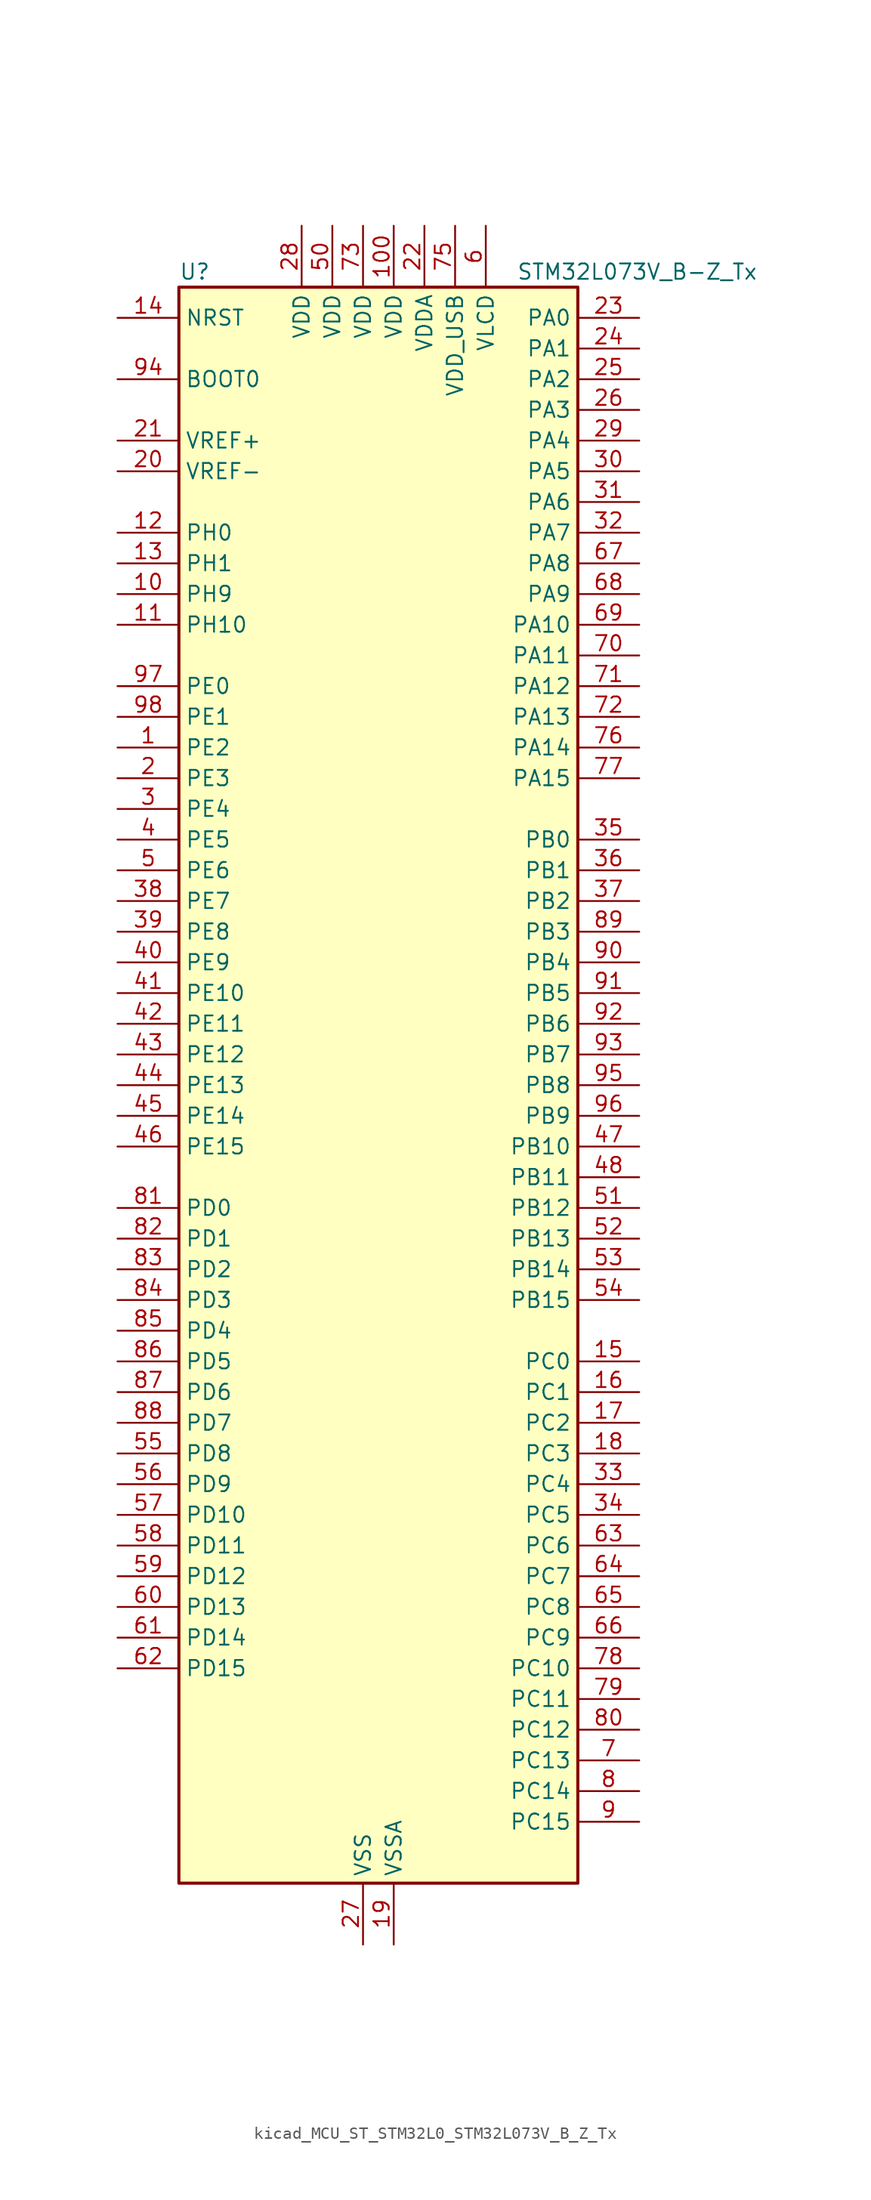
<source format=kicad_sym>
(kicad_symbol_lib
  (version 20220914)
  (generator kicad_symbol_editor)
  (symbol "kicad_MCU_ST_STM32L0_STM32L073V_B_Z_Tx"
    (property "Reference" "U"
      (at -15.24 67.31 0)
      (effects (font (size 1.27 1.27)) (justify left)))
    (property "Value" "STM32L073V_B-Z_Tx"
      (at 12.7 67.31 0)
      (effects (font (size 1.27 1.27)) (justify left)))
    (property "ki_locked" ""
      (at 0 0 0)
      (effects (font (size 1.27 1.27))))
    (symbol "kicad_MCU_ST_STM32L0_STM32L073V_B_Z_Tx_0_1"
      (rectangle (start -15.24 -66.04) (end 17.78 66.04) (stroke (width 0.254) (type default)) (fill (type background))))
    (symbol "kicad_MCU_ST_STM32L0_STM32L073V_B_Z_Tx_1_1"
      (pin bidirectional line (at -20.32 27.94 0) (length 5.08) (name "PE2" (effects (font (size 1.27 1.27)))) (number "1" (effects (font (size 1.27 1.27)))) (alternate "LCD_SEG38" bidirectional line) (alternate "TIM3_ETR" bidirectional line))
      (pin bidirectional line (at -20.32 40.64 0) (length 5.08) (name "PH9" (effects (font (size 1.27 1.27)))) (number "10" (effects (font (size 1.27 1.27)))) (alternate "DAC_EXTI9" bidirectional line))
      (pin power_in line (at 2.54 71.12 270) (length 5.08) (name "VDD" (effects (font (size 1.27 1.27)))) (number "100" (effects (font (size 1.27 1.27)))))
      (pin bidirectional line (at -20.32 38.1 0) (length 5.08) (name "PH10" (effects (font (size 1.27 1.27)))) (number "11" (effects (font (size 1.27 1.27)))))
      (pin bidirectional line (at -20.32 45.72 0) (length 5.08) (name "PH0" (effects (font (size 1.27 1.27)))) (number "12" (effects (font (size 1.27 1.27)))) (alternate "CRS_SYNC" bidirectional line) (alternate "RCC_OSC_IN" bidirectional line))
      (pin bidirectional line (at -20.32 43.18 0) (length 5.08) (name "PH1" (effects (font (size 1.27 1.27)))) (number "13" (effects (font (size 1.27 1.27)))) (alternate "RCC_OSC_OUT" bidirectional line))
      (pin input line (at -20.32 63.5 0) (length 5.08) (name "NRST" (effects (font (size 1.27 1.27)))) (number "14" (effects (font (size 1.27 1.27)))))
      (pin bidirectional line (at 22.86 -22.86 180) (length 5.08) (name "PC0" (effects (font (size 1.27 1.27)))) (number "15" (effects (font (size 1.27 1.27)))) (alternate "ADC_IN10" bidirectional line) (alternate "I2C3_SCL" bidirectional line) (alternate "LCD_SEG18" bidirectional line) (alternate "LPTIM1_IN1" bidirectional line) (alternate "LPUART1_RX" bidirectional line) (alternate "TSC_G7_IO1" bidirectional line))
      (pin bidirectional line (at 22.86 -25.4 180) (length 5.08) (name "PC1" (effects (font (size 1.27 1.27)))) (number "16" (effects (font (size 1.27 1.27)))) (alternate "ADC_IN11" bidirectional line) (alternate "I2C3_SDA" bidirectional line) (alternate "LCD_SEG19" bidirectional line) (alternate "LPTIM1_OUT" bidirectional line) (alternate "LPUART1_TX" bidirectional line) (alternate "TSC_G7_IO2" bidirectional line))
      (pin bidirectional line (at 22.86 -27.94 180) (length 5.08) (name "PC2" (effects (font (size 1.27 1.27)))) (number "17" (effects (font (size 1.27 1.27)))) (alternate "ADC_IN12" bidirectional line) (alternate "I2S2_MCK" bidirectional line) (alternate "LCD_SEG20" bidirectional line) (alternate "LPTIM1_IN2" bidirectional line) (alternate "SPI2_MISO" bidirectional line) (alternate "TSC_G7_IO3" bidirectional line))
      (pin bidirectional line (at 22.86 -30.48 180) (length 5.08) (name "PC3" (effects (font (size 1.27 1.27)))) (number "18" (effects (font (size 1.27 1.27)))) (alternate "ADC_IN13" bidirectional line) (alternate "I2S2_SD" bidirectional line) (alternate "LCD_SEG21" bidirectional line) (alternate "LPTIM1_ETR" bidirectional line) (alternate "SPI2_MOSI" bidirectional line) (alternate "TSC_G7_IO4" bidirectional line))
      (pin power_in line (at 2.54 -71.12 90) (length 5.08) (name "VSSA" (effects (font (size 1.27 1.27)))) (number "19" (effects (font (size 1.27 1.27)))))
      (pin bidirectional line (at -20.32 25.4 0) (length 5.08) (name "PE3" (effects (font (size 1.27 1.27)))) (number "2" (effects (font (size 1.27 1.27)))) (alternate "LCD_SEG39" bidirectional line) (alternate "TIM22_CH1" bidirectional line) (alternate "TIM3_CH1" bidirectional line))
      (pin input line (at -20.32 50.8 0) (length 5.08) (name "VREF-" (effects (font (size 1.27 1.27)))) (number "20" (effects (font (size 1.27 1.27)))))
      (pin input line (at -20.32 53.34 0) (length 5.08) (name "VREF+" (effects (font (size 1.27 1.27)))) (number "21" (effects (font (size 1.27 1.27)))))
      (pin power_in line (at 5.08 71.12 270) (length 5.08) (name "VDDA" (effects (font (size 1.27 1.27)))) (number "22" (effects (font (size 1.27 1.27)))))
      (pin bidirectional line (at 22.86 63.5 180) (length 5.08) (name "PA0" (effects (font (size 1.27 1.27)))) (number "23" (effects (font (size 1.27 1.27)))) (alternate "ADC_IN0" bidirectional line) (alternate "COMP1_INM" bidirectional line) (alternate "COMP1_OUT" bidirectional line) (alternate "RTC_TAMP2" bidirectional line) (alternate "SYS_WKUP1" bidirectional line) (alternate "TIM2_CH1" bidirectional line) (alternate "TIM2_ETR" bidirectional line) (alternate "TSC_G1_IO1" bidirectional line) (alternate "USART2_CTS" bidirectional line) (alternate "USART4_TX" bidirectional line))
      (pin bidirectional line (at 22.86 60.96 180) (length 5.08) (name "PA1" (effects (font (size 1.27 1.27)))) (number "24" (effects (font (size 1.27 1.27)))) (alternate "ADC_IN1" bidirectional line) (alternate "COMP1_INP" bidirectional line) (alternate "LCD_SEG0" bidirectional line) (alternate "TIM21_ETR" bidirectional line) (alternate "TIM2_CH2" bidirectional line) (alternate "TSC_G1_IO2" bidirectional line) (alternate "USART2_DE" bidirectional line) (alternate "USART2_RTS" bidirectional line) (alternate "USART4_RX" bidirectional line))
      (pin bidirectional line (at 22.86 58.42 180) (length 5.08) (name "PA2" (effects (font (size 1.27 1.27)))) (number "25" (effects (font (size 1.27 1.27)))) (alternate "ADC_IN2" bidirectional line) (alternate "COMP2_INM" bidirectional line) (alternate "COMP2_OUT" bidirectional line) (alternate "LCD_SEG1" bidirectional line) (alternate "LPUART1_TX" bidirectional line) (alternate "TIM21_CH1" bidirectional line) (alternate "TIM2_CH3" bidirectional line) (alternate "TSC_G1_IO3" bidirectional line) (alternate "USART2_TX" bidirectional line))
      (pin bidirectional line (at 22.86 55.88 180) (length 5.08) (name "PA3" (effects (font (size 1.27 1.27)))) (number "26" (effects (font (size 1.27 1.27)))) (alternate "ADC_IN3" bidirectional line) (alternate "COMP2_INP" bidirectional line) (alternate "LCD_SEG2" bidirectional line) (alternate "LPUART1_RX" bidirectional line) (alternate "TIM21_CH2" bidirectional line) (alternate "TIM2_CH4" bidirectional line) (alternate "TSC_G1_IO4" bidirectional line) (alternate "USART2_RX" bidirectional line))
      (pin power_in line (at 0 -71.12 90) (length 5.08) (name "VSS" (effects (font (size 1.27 1.27)))) (number "27" (effects (font (size 1.27 1.27)))))
      (pin power_in line (at -5.08 71.12 270) (length 5.08) (name "VDD" (effects (font (size 1.27 1.27)))) (number "28" (effects (font (size 1.27 1.27)))))
      (pin bidirectional line (at 22.86 53.34 180) (length 5.08) (name "PA4" (effects (font (size 1.27 1.27)))) (number "29" (effects (font (size 1.27 1.27)))) (alternate "ADC_IN4" bidirectional line) (alternate "COMP1_INM" bidirectional line) (alternate "COMP2_INM" bidirectional line) (alternate "DAC_OUT1" bidirectional line) (alternate "SPI1_NSS" bidirectional line) (alternate "TIM22_ETR" bidirectional line) (alternate "TSC_G2_IO1" bidirectional line) (alternate "USART2_CK" bidirectional line))
      (pin bidirectional line (at -20.32 22.86 0) (length 5.08) (name "PE4" (effects (font (size 1.27 1.27)))) (number "3" (effects (font (size 1.27 1.27)))) (alternate "TIM22_CH2" bidirectional line) (alternate "TIM3_CH2" bidirectional line))
      (pin bidirectional line (at 22.86 50.8 180) (length 5.08) (name "PA5" (effects (font (size 1.27 1.27)))) (number "30" (effects (font (size 1.27 1.27)))) (alternate "ADC_IN5" bidirectional line) (alternate "COMP1_INM" bidirectional line) (alternate "COMP2_INM" bidirectional line) (alternate "DAC_OUT2" bidirectional line) (alternate "SPI1_SCK" bidirectional line) (alternate "TIM2_CH1" bidirectional line) (alternate "TIM2_ETR" bidirectional line) (alternate "TSC_G2_IO2" bidirectional line))
      (pin bidirectional line (at 22.86 48.26 180) (length 5.08) (name "PA6" (effects (font (size 1.27 1.27)))) (number "31" (effects (font (size 1.27 1.27)))) (alternate "ADC_IN6" bidirectional line) (alternate "COMP1_OUT" bidirectional line) (alternate "LCD_SEG3" bidirectional line) (alternate "LPUART1_CTS" bidirectional line) (alternate "SPI1_MISO" bidirectional line) (alternate "TIM22_CH1" bidirectional line) (alternate "TIM3_CH1" bidirectional line) (alternate "TSC_G2_IO3" bidirectional line))
      (pin bidirectional line (at 22.86 45.72 180) (length 5.08) (name "PA7" (effects (font (size 1.27 1.27)))) (number "32" (effects (font (size 1.27 1.27)))) (alternate "ADC_IN7" bidirectional line) (alternate "COMP2_OUT" bidirectional line) (alternate "LCD_SEG4" bidirectional line) (alternate "SPI1_MOSI" bidirectional line) (alternate "TIM22_CH2" bidirectional line) (alternate "TIM3_CH2" bidirectional line) (alternate "TSC_G2_IO4" bidirectional line))
      (pin bidirectional line (at 22.86 -33.02 180) (length 5.08) (name "PC4" (effects (font (size 1.27 1.27)))) (number "33" (effects (font (size 1.27 1.27)))) (alternate "ADC_IN14" bidirectional line) (alternate "LCD_SEG22" bidirectional line) (alternate "LPUART1_TX" bidirectional line))
      (pin bidirectional line (at 22.86 -35.56 180) (length 5.08) (name "PC5" (effects (font (size 1.27 1.27)))) (number "34" (effects (font (size 1.27 1.27)))) (alternate "ADC_IN15" bidirectional line) (alternate "LCD_SEG23" bidirectional line) (alternate "LPUART1_RX" bidirectional line) (alternate "TSC_G3_IO1" bidirectional line))
      (pin bidirectional line (at 22.86 20.32 180) (length 5.08) (name "PB0" (effects (font (size 1.27 1.27)))) (number "35" (effects (font (size 1.27 1.27)))) (alternate "ADC_IN8" bidirectional line) (alternate "LCD_SEG5" bidirectional line) (alternate "LCD_VLCD3" bidirectional line) (alternate "SYS_VREF_OUT_PB0" bidirectional line) (alternate "TIM3_CH3" bidirectional line) (alternate "TSC_G3_IO2" bidirectional line))
      (pin bidirectional line (at 22.86 17.78 180) (length 5.08) (name "PB1" (effects (font (size 1.27 1.27)))) (number "36" (effects (font (size 1.27 1.27)))) (alternate "ADC_IN9" bidirectional line) (alternate "LCD_SEG6" bidirectional line) (alternate "LPUART1_DE" bidirectional line) (alternate "LPUART1_RTS" bidirectional line) (alternate "SYS_VREF_OUT_PB1" bidirectional line) (alternate "TIM3_CH4" bidirectional line) (alternate "TSC_G3_IO3" bidirectional line))
      (pin bidirectional line (at 22.86 15.24 180) (length 5.08) (name "PB2" (effects (font (size 1.27 1.27)))) (number "37" (effects (font (size 1.27 1.27)))) (alternate "I2C3_SMBA" bidirectional line) (alternate "LCD_VLCD2" bidirectional line) (alternate "LPTIM1_OUT" bidirectional line) (alternate "TSC_G3_IO4" bidirectional line))
      (pin bidirectional line (at -20.32 15.24 0) (length 5.08) (name "PE7" (effects (font (size 1.27 1.27)))) (number "38" (effects (font (size 1.27 1.27)))) (alternate "LCD_SEG45" bidirectional line) (alternate "USART5_CK" bidirectional line) (alternate "USART5_DE" bidirectional line) (alternate "USART5_RTS" bidirectional line))
      (pin bidirectional line (at -20.32 12.7 0) (length 5.08) (name "PE8" (effects (font (size 1.27 1.27)))) (number "39" (effects (font (size 1.27 1.27)))) (alternate "LCD_SEG46" bidirectional line) (alternate "USART4_TX" bidirectional line))
      (pin bidirectional line (at -20.32 20.32 0) (length 5.08) (name "PE5" (effects (font (size 1.27 1.27)))) (number "4" (effects (font (size 1.27 1.27)))) (alternate "TIM21_CH1" bidirectional line) (alternate "TIM3_CH3" bidirectional line))
      (pin bidirectional line (at -20.32 10.16 0) (length 5.08) (name "PE9" (effects (font (size 1.27 1.27)))) (number "40" (effects (font (size 1.27 1.27)))) (alternate "DAC_EXTI9" bidirectional line) (alternate "LCD_SEG47" bidirectional line) (alternate "TIM2_CH1" bidirectional line) (alternate "TIM2_ETR" bidirectional line) (alternate "USART4_RX" bidirectional line))
      (pin bidirectional line (at -20.32 7.62 0) (length 5.08) (name "PE10" (effects (font (size 1.27 1.27)))) (number "41" (effects (font (size 1.27 1.27)))) (alternate "LCD_SEG40" bidirectional line) (alternate "TIM2_CH2" bidirectional line) (alternate "USART5_TX" bidirectional line))
      (pin bidirectional line (at -20.32 5.08 0) (length 5.08) (name "PE11" (effects (font (size 1.27 1.27)))) (number "42" (effects (font (size 1.27 1.27)))) (alternate "ADC_EXTI11" bidirectional line) (alternate "LCD_VLCD1" bidirectional line) (alternate "TIM2_CH3" bidirectional line) (alternate "USART5_RX" bidirectional line))
      (pin bidirectional line (at -20.32 2.54 0) (length 5.08) (name "PE12" (effects (font (size 1.27 1.27)))) (number "43" (effects (font (size 1.27 1.27)))) (alternate "LCD_VLCD3" bidirectional line) (alternate "SPI1_NSS" bidirectional line) (alternate "TIM2_CH4" bidirectional line))
      (pin bidirectional line (at -20.32 0 0) (length 5.08) (name "PE13" (effects (font (size 1.27 1.27)))) (number "44" (effects (font (size 1.27 1.27)))) (alternate "LCD_SEG41" bidirectional line) (alternate "SPI1_SCK" bidirectional line))
      (pin bidirectional line (at -20.32 -2.54 0) (length 5.08) (name "PE14" (effects (font (size 1.27 1.27)))) (number "45" (effects (font (size 1.27 1.27)))) (alternate "LCD_SEG42" bidirectional line) (alternate "SPI1_MISO" bidirectional line))
      (pin bidirectional line (at -20.32 -5.08 0) (length 5.08) (name "PE15" (effects (font (size 1.27 1.27)))) (number "46" (effects (font (size 1.27 1.27)))) (alternate "LCD_SEG43" bidirectional line) (alternate "SPI1_MOSI" bidirectional line))
      (pin bidirectional line (at 22.86 -5.08 180) (length 5.08) (name "PB10" (effects (font (size 1.27 1.27)))) (number "47" (effects (font (size 1.27 1.27)))) (alternate "I2C2_SCL" bidirectional line) (alternate "LCD_SEG10" bidirectional line) (alternate "LPUART1_RX" bidirectional line) (alternate "LPUART1_TX" bidirectional line) (alternate "SPI2_SCK" bidirectional line) (alternate "TIM2_CH3" bidirectional line) (alternate "TSC_SYNC" bidirectional line))
      (pin bidirectional line (at 22.86 -7.62 180) (length 5.08) (name "PB11" (effects (font (size 1.27 1.27)))) (number "48" (effects (font (size 1.27 1.27)))) (alternate "ADC_EXTI11" bidirectional line) (alternate "I2C2_SDA" bidirectional line) (alternate "LCD_SEG11" bidirectional line) (alternate "LPUART1_RX" bidirectional line) (alternate "LPUART1_TX" bidirectional line) (alternate "TIM2_CH4" bidirectional line) (alternate "TSC_G6_IO1" bidirectional line))
      (pin passive line (at 0 -71.12 90) (length 5.08) hide (name "VSS" (effects (font (size 1.27 1.27)))) (number "49" (effects (font (size 1.27 1.27)))))
      (pin bidirectional line (at -20.32 17.78 0) (length 5.08) (name "PE6" (effects (font (size 1.27 1.27)))) (number "5" (effects (font (size 1.27 1.27)))) (alternate "RTC_TAMP3" bidirectional line) (alternate "SYS_WKUP3" bidirectional line) (alternate "TIM21_CH2" bidirectional line) (alternate "TIM3_CH4" bidirectional line))
      (pin power_in line (at -2.54 71.12 270) (length 5.08) (name "VDD" (effects (font (size 1.27 1.27)))) (number "50" (effects (font (size 1.27 1.27)))))
      (pin bidirectional line (at 22.86 -10.16 180) (length 5.08) (name "PB12" (effects (font (size 1.27 1.27)))) (number "51" (effects (font (size 1.27 1.27)))) (alternate "I2S2_WS" bidirectional line) (alternate "LCD_SEG12" bidirectional line) (alternate "LCD_VLCD2" bidirectional line) (alternate "LPUART1_DE" bidirectional line) (alternate "LPUART1_RTS" bidirectional line) (alternate "SPI2_NSS" bidirectional line) (alternate "TSC_G6_IO2" bidirectional line))
      (pin bidirectional line (at 22.86 -12.7 180) (length 5.08) (name "PB13" (effects (font (size 1.27 1.27)))) (number "52" (effects (font (size 1.27 1.27)))) (alternate "I2C2_SCL" bidirectional line) (alternate "I2S2_CK" bidirectional line) (alternate "LCD_SEG13" bidirectional line) (alternate "LPUART1_CTS" bidirectional line) (alternate "RCC_MCO" bidirectional line) (alternate "SPI2_SCK" bidirectional line) (alternate "TIM21_CH1" bidirectional line) (alternate "TSC_G6_IO3" bidirectional line))
      (pin bidirectional line (at 22.86 -15.24 180) (length 5.08) (name "PB14" (effects (font (size 1.27 1.27)))) (number "53" (effects (font (size 1.27 1.27)))) (alternate "I2C2_SDA" bidirectional line) (alternate "I2S2_MCK" bidirectional line) (alternate "LCD_SEG14" bidirectional line) (alternate "LPUART1_DE" bidirectional line) (alternate "LPUART1_RTS" bidirectional line) (alternate "RTC_OUT_ALARM" bidirectional line) (alternate "RTC_OUT_CALIB" bidirectional line) (alternate "SPI2_MISO" bidirectional line) (alternate "TIM21_CH2" bidirectional line) (alternate "TSC_G6_IO4" bidirectional line))
      (pin bidirectional line (at 22.86 -17.78 180) (length 5.08) (name "PB15" (effects (font (size 1.27 1.27)))) (number "54" (effects (font (size 1.27 1.27)))) (alternate "I2S2_SD" bidirectional line) (alternate "LCD_SEG15" bidirectional line) (alternate "RTC_REFIN" bidirectional line) (alternate "SPI2_MOSI" bidirectional line))
      (pin bidirectional line (at -20.32 -30.48 0) (length 5.08) (name "PD8" (effects (font (size 1.27 1.27)))) (number "55" (effects (font (size 1.27 1.27)))) (alternate "LCD_SEG28" bidirectional line) (alternate "LPUART1_TX" bidirectional line))
      (pin bidirectional line (at -20.32 -33.02 0) (length 5.08) (name "PD9" (effects (font (size 1.27 1.27)))) (number "56" (effects (font (size 1.27 1.27)))) (alternate "DAC_EXTI9" bidirectional line) (alternate "LCD_SEG29" bidirectional line) (alternate "LPUART1_RX" bidirectional line))
      (pin bidirectional line (at -20.32 -35.56 0) (length 5.08) (name "PD10" (effects (font (size 1.27 1.27)))) (number "57" (effects (font (size 1.27 1.27)))) (alternate "LCD_SEG30" bidirectional line))
      (pin bidirectional line (at -20.32 -38.1 0) (length 5.08) (name "PD11" (effects (font (size 1.27 1.27)))) (number "58" (effects (font (size 1.27 1.27)))) (alternate "ADC_EXTI11" bidirectional line) (alternate "LCD_SEG31" bidirectional line) (alternate "LPUART1_CTS" bidirectional line))
      (pin bidirectional line (at -20.32 -40.64 0) (length 5.08) (name "PD12" (effects (font (size 1.27 1.27)))) (number "59" (effects (font (size 1.27 1.27)))) (alternate "LCD_SEG32" bidirectional line) (alternate "LPUART1_DE" bidirectional line) (alternate "LPUART1_RTS" bidirectional line))
      (pin power_in line (at 10.16 71.12 270) (length 5.08) (name "VLCD" (effects (font (size 1.27 1.27)))) (number "6" (effects (font (size 1.27 1.27)))))
      (pin bidirectional line (at -20.32 -43.18 0) (length 5.08) (name "PD13" (effects (font (size 1.27 1.27)))) (number "60" (effects (font (size 1.27 1.27)))) (alternate "LCD_SEG33" bidirectional line))
      (pin bidirectional line (at -20.32 -45.72 0) (length 5.08) (name "PD14" (effects (font (size 1.27 1.27)))) (number "61" (effects (font (size 1.27 1.27)))) (alternate "LCD_SEG34" bidirectional line))
      (pin bidirectional line (at -20.32 -48.26 0) (length 5.08) (name "PD15" (effects (font (size 1.27 1.27)))) (number "62" (effects (font (size 1.27 1.27)))) (alternate "CRS_SYNC" bidirectional line) (alternate "LCD_SEG35" bidirectional line))
      (pin bidirectional line (at 22.86 -38.1 180) (length 5.08) (name "PC6" (effects (font (size 1.27 1.27)))) (number "63" (effects (font (size 1.27 1.27)))) (alternate "LCD_SEG24" bidirectional line) (alternate "TIM22_CH1" bidirectional line) (alternate "TIM3_CH1" bidirectional line) (alternate "TSC_G8_IO1" bidirectional line))
      (pin bidirectional line (at 22.86 -40.64 180) (length 5.08) (name "PC7" (effects (font (size 1.27 1.27)))) (number "64" (effects (font (size 1.27 1.27)))) (alternate "LCD_SEG25" bidirectional line) (alternate "TIM22_CH2" bidirectional line) (alternate "TIM3_CH2" bidirectional line) (alternate "TSC_G8_IO2" bidirectional line))
      (pin bidirectional line (at 22.86 -43.18 180) (length 5.08) (name "PC8" (effects (font (size 1.27 1.27)))) (number "65" (effects (font (size 1.27 1.27)))) (alternate "LCD_SEG26" bidirectional line) (alternate "TIM22_ETR" bidirectional line) (alternate "TIM3_CH3" bidirectional line) (alternate "TSC_G8_IO3" bidirectional line))
      (pin bidirectional line (at 22.86 -45.72 180) (length 5.08) (name "PC9" (effects (font (size 1.27 1.27)))) (number "66" (effects (font (size 1.27 1.27)))) (alternate "DAC_EXTI9" bidirectional line) (alternate "I2C3_SDA" bidirectional line) (alternate "LCD_SEG27" bidirectional line) (alternate "TIM21_ETR" bidirectional line) (alternate "TIM3_CH4" bidirectional line) (alternate "TSC_G8_IO4" bidirectional line) (alternate "USB_NOE" bidirectional line))
      (pin bidirectional line (at 22.86 43.18 180) (length 5.08) (name "PA8" (effects (font (size 1.27 1.27)))) (number "67" (effects (font (size 1.27 1.27)))) (alternate "CRS_SYNC" bidirectional line) (alternate "I2C3_SCL" bidirectional line) (alternate "LCD_COM0" bidirectional line) (alternate "RCC_MCO" bidirectional line) (alternate "USART1_CK" bidirectional line))
      (pin bidirectional line (at 22.86 40.64 180) (length 5.08) (name "PA9" (effects (font (size 1.27 1.27)))) (number "68" (effects (font (size 1.27 1.27)))) (alternate "DAC_EXTI9" bidirectional line) (alternate "I2C1_SCL" bidirectional line) (alternate "I2C3_SMBA" bidirectional line) (alternate "LCD_COM1" bidirectional line) (alternate "RCC_MCO" bidirectional line) (alternate "TSC_G4_IO1" bidirectional line) (alternate "USART1_TX" bidirectional line))
      (pin bidirectional line (at 22.86 38.1 180) (length 5.08) (name "PA10" (effects (font (size 1.27 1.27)))) (number "69" (effects (font (size 1.27 1.27)))) (alternate "I2C1_SDA" bidirectional line) (alternate "LCD_COM2" bidirectional line) (alternate "TSC_G4_IO2" bidirectional line) (alternate "USART1_RX" bidirectional line))
      (pin bidirectional line (at 22.86 -55.88 180) (length 5.08) (name "PC13" (effects (font (size 1.27 1.27)))) (number "7" (effects (font (size 1.27 1.27)))) (alternate "RTC_OUT_ALARM" bidirectional line) (alternate "RTC_OUT_CALIB" bidirectional line) (alternate "RTC_TAMP1" bidirectional line) (alternate "RTC_TS" bidirectional line) (alternate "SYS_WKUP2" bidirectional line))
      (pin bidirectional line (at 22.86 35.56 180) (length 5.08) (name "PA11" (effects (font (size 1.27 1.27)))) (number "70" (effects (font (size 1.27 1.27)))) (alternate "ADC_EXTI11" bidirectional line) (alternate "COMP1_OUT" bidirectional line) (alternate "SPI1_MISO" bidirectional line) (alternate "TSC_G4_IO3" bidirectional line) (alternate "USART1_CTS" bidirectional line) (alternate "USB_DM" bidirectional line))
      (pin bidirectional line (at 22.86 33.02 180) (length 5.08) (name "PA12" (effects (font (size 1.27 1.27)))) (number "71" (effects (font (size 1.27 1.27)))) (alternate "COMP2_OUT" bidirectional line) (alternate "SPI1_MOSI" bidirectional line) (alternate "TSC_G4_IO4" bidirectional line) (alternate "USART1_DE" bidirectional line) (alternate "USART1_RTS" bidirectional line) (alternate "USB_DP" bidirectional line))
      (pin bidirectional line (at 22.86 30.48 180) (length 5.08) (name "PA13" (effects (font (size 1.27 1.27)))) (number "72" (effects (font (size 1.27 1.27)))) (alternate "LPUART1_RX" bidirectional line) (alternate "SYS_SWDIO" bidirectional line) (alternate "USB_NOE" bidirectional line))
      (pin power_in line (at 0 71.12 270) (length 5.08) (name "VDD" (effects (font (size 1.27 1.27)))) (number "73" (effects (font (size 1.27 1.27)))))
      (pin passive line (at 0 -71.12 90) (length 5.08) hide (name "VSS" (effects (font (size 1.27 1.27)))) (number "74" (effects (font (size 1.27 1.27)))))
      (pin power_in line (at 7.62 71.12 270) (length 5.08) (name "VDD_USB" (effects (font (size 1.27 1.27)))) (number "75" (effects (font (size 1.27 1.27)))))
      (pin bidirectional line (at 22.86 27.94 180) (length 5.08) (name "PA14" (effects (font (size 1.27 1.27)))) (number "76" (effects (font (size 1.27 1.27)))) (alternate "LPUART1_TX" bidirectional line) (alternate "SYS_SWCLK" bidirectional line) (alternate "USART2_TX" bidirectional line))
      (pin bidirectional line (at 22.86 25.4 180) (length 5.08) (name "PA15" (effects (font (size 1.27 1.27)))) (number "77" (effects (font (size 1.27 1.27)))) (alternate "LCD_SEG17" bidirectional line) (alternate "SPI1_NSS" bidirectional line) (alternate "TIM2_CH1" bidirectional line) (alternate "TIM2_ETR" bidirectional line) (alternate "USART2_RX" bidirectional line) (alternate "USART4_DE" bidirectional line) (alternate "USART4_RTS" bidirectional line))
      (pin bidirectional line (at 22.86 -48.26 180) (length 5.08) (name "PC10" (effects (font (size 1.27 1.27)))) (number "78" (effects (font (size 1.27 1.27)))) (alternate "LCD_COM4" bidirectional line) (alternate "LCD_SEG28" bidirectional line) (alternate "LCD_SEG48" bidirectional line) (alternate "LPUART1_TX" bidirectional line) (alternate "USART4_TX" bidirectional line))
      (pin bidirectional line (at 22.86 -50.8 180) (length 5.08) (name "PC11" (effects (font (size 1.27 1.27)))) (number "79" (effects (font (size 1.27 1.27)))) (alternate "ADC_EXTI11" bidirectional line) (alternate "LCD_COM5" bidirectional line) (alternate "LCD_SEG29" bidirectional line) (alternate "LCD_SEG49" bidirectional line) (alternate "LPUART1_RX" bidirectional line) (alternate "USART4_RX" bidirectional line))
      (pin bidirectional line (at 22.86 -58.42 180) (length 5.08) (name "PC14" (effects (font (size 1.27 1.27)))) (number "8" (effects (font (size 1.27 1.27)))) (alternate "RCC_OSC32_IN" bidirectional line))
      (pin bidirectional line (at 22.86 -53.34 180) (length 5.08) (name "PC12" (effects (font (size 1.27 1.27)))) (number "80" (effects (font (size 1.27 1.27)))) (alternate "LCD_COM6" bidirectional line) (alternate "LCD_SEG30" bidirectional line) (alternate "LCD_SEG50" bidirectional line) (alternate "USART4_CK" bidirectional line) (alternate "USART5_TX" bidirectional line))
      (pin bidirectional line (at -20.32 -10.16 0) (length 5.08) (name "PD0" (effects (font (size 1.27 1.27)))) (number "81" (effects (font (size 1.27 1.27)))) (alternate "I2S2_WS" bidirectional line) (alternate "SPI2_NSS" bidirectional line) (alternate "TIM21_CH1" bidirectional line))
      (pin bidirectional line (at -20.32 -12.7 0) (length 5.08) (name "PD1" (effects (font (size 1.27 1.27)))) (number "82" (effects (font (size 1.27 1.27)))) (alternate "I2S2_CK" bidirectional line) (alternate "SPI2_SCK" bidirectional line))
      (pin bidirectional line (at -20.32 -15.24 0) (length 5.08) (name "PD2" (effects (font (size 1.27 1.27)))) (number "83" (effects (font (size 1.27 1.27)))) (alternate "LCD_COM7" bidirectional line) (alternate "LCD_SEG31" bidirectional line) (alternate "LCD_SEG51" bidirectional line) (alternate "LPUART1_DE" bidirectional line) (alternate "LPUART1_RTS" bidirectional line) (alternate "TIM3_ETR" bidirectional line) (alternate "USART5_RX" bidirectional line))
      (pin bidirectional line (at -20.32 -17.78 0) (length 5.08) (name "PD3" (effects (font (size 1.27 1.27)))) (number "84" (effects (font (size 1.27 1.27)))) (alternate "I2S2_MCK" bidirectional line) (alternate "LCD_SEG44" bidirectional line) (alternate "SPI2_MISO" bidirectional line) (alternate "USART2_CTS" bidirectional line))
      (pin bidirectional line (at -20.32 -20.32 0) (length 5.08) (name "PD4" (effects (font (size 1.27 1.27)))) (number "85" (effects (font (size 1.27 1.27)))) (alternate "I2S2_SD" bidirectional line) (alternate "SPI2_MOSI" bidirectional line) (alternate "USART2_DE" bidirectional line) (alternate "USART2_RTS" bidirectional line))
      (pin bidirectional line (at -20.32 -22.86 0) (length 5.08) (name "PD5" (effects (font (size 1.27 1.27)))) (number "86" (effects (font (size 1.27 1.27)))) (alternate "USART2_TX" bidirectional line))
      (pin bidirectional line (at -20.32 -25.4 0) (length 5.08) (name "PD6" (effects (font (size 1.27 1.27)))) (number "87" (effects (font (size 1.27 1.27)))) (alternate "USART2_RX" bidirectional line))
      (pin bidirectional line (at -20.32 -27.94 0) (length 5.08) (name "PD7" (effects (font (size 1.27 1.27)))) (number "88" (effects (font (size 1.27 1.27)))) (alternate "TIM21_CH2" bidirectional line) (alternate "USART2_CK" bidirectional line))
      (pin bidirectional line (at 22.86 12.7 180) (length 5.08) (name "PB3" (effects (font (size 1.27 1.27)))) (number "89" (effects (font (size 1.27 1.27)))) (alternate "COMP2_INM" bidirectional line) (alternate "LCD_SEG7" bidirectional line) (alternate "SPI1_SCK" bidirectional line) (alternate "TIM2_CH2" bidirectional line) (alternate "TSC_G5_IO1" bidirectional line) (alternate "USART1_DE" bidirectional line) (alternate "USART1_RTS" bidirectional line) (alternate "USART5_TX" bidirectional line))
      (pin bidirectional line (at 22.86 -60.96 180) (length 5.08) (name "PC15" (effects (font (size 1.27 1.27)))) (number "9" (effects (font (size 1.27 1.27)))) (alternate "RCC_OSC32_OUT" bidirectional line))
      (pin bidirectional line (at 22.86 10.16 180) (length 5.08) (name "PB4" (effects (font (size 1.27 1.27)))) (number "90" (effects (font (size 1.27 1.27)))) (alternate "COMP2_INP" bidirectional line) (alternate "I2C3_SDA" bidirectional line) (alternate "LCD_SEG8" bidirectional line) (alternate "SPI1_MISO" bidirectional line) (alternate "TIM22_CH1" bidirectional line) (alternate "TIM3_CH1" bidirectional line) (alternate "TSC_G5_IO2" bidirectional line) (alternate "USART1_CTS" bidirectional line) (alternate "USART5_RX" bidirectional line))
      (pin bidirectional line (at 22.86 7.62 180) (length 5.08) (name "PB5" (effects (font (size 1.27 1.27)))) (number "91" (effects (font (size 1.27 1.27)))) (alternate "COMP2_INP" bidirectional line) (alternate "I2C1_SMBA" bidirectional line) (alternate "LCD_SEG9" bidirectional line) (alternate "LPTIM1_IN1" bidirectional line) (alternate "SPI1_MOSI" bidirectional line) (alternate "TIM22_CH2" bidirectional line) (alternate "TIM3_CH2" bidirectional line) (alternate "USART1_CK" bidirectional line) (alternate "USART5_CK" bidirectional line) (alternate "USART5_DE" bidirectional line) (alternate "USART5_RTS" bidirectional line))
      (pin bidirectional line (at 22.86 5.08 180) (length 5.08) (name "PB6" (effects (font (size 1.27 1.27)))) (number "92" (effects (font (size 1.27 1.27)))) (alternate "COMP2_INP" bidirectional line) (alternate "I2C1_SCL" bidirectional line) (alternate "LPTIM1_ETR" bidirectional line) (alternate "TSC_G5_IO3" bidirectional line) (alternate "USART1_TX" bidirectional line))
      (pin bidirectional line (at 22.86 2.54 180) (length 5.08) (name "PB7" (effects (font (size 1.27 1.27)))) (number "93" (effects (font (size 1.27 1.27)))) (alternate "COMP2_INP" bidirectional line) (alternate "I2C1_SDA" bidirectional line) (alternate "LPTIM1_IN2" bidirectional line) (alternate "SYS_PVD_IN" bidirectional line) (alternate "TSC_G5_IO4" bidirectional line) (alternate "USART1_RX" bidirectional line) (alternate "USART4_CTS" bidirectional line))
      (pin input line (at -20.32 58.42 0) (length 5.08) (name "BOOT0" (effects (font (size 1.27 1.27)))) (number "94" (effects (font (size 1.27 1.27)))))
      (pin bidirectional line (at 22.86 0 180) (length 5.08) (name "PB8" (effects (font (size 1.27 1.27)))) (number "95" (effects (font (size 1.27 1.27)))) (alternate "I2C1_SCL" bidirectional line) (alternate "LCD_SEG16" bidirectional line) (alternate "TSC_SYNC" bidirectional line))
      (pin bidirectional line (at 22.86 -2.54 180) (length 5.08) (name "PB9" (effects (font (size 1.27 1.27)))) (number "96" (effects (font (size 1.27 1.27)))) (alternate "DAC_EXTI9" bidirectional line) (alternate "I2C1_SDA" bidirectional line) (alternate "I2S2_WS" bidirectional line) (alternate "LCD_COM3" bidirectional line) (alternate "SPI2_NSS" bidirectional line))
      (pin bidirectional line (at -20.32 33.02 0) (length 5.08) (name "PE0" (effects (font (size 1.27 1.27)))) (number "97" (effects (font (size 1.27 1.27)))) (alternate "LCD_SEG36" bidirectional line))
      (pin bidirectional line (at -20.32 30.48 0) (length 5.08) (name "PE1" (effects (font (size 1.27 1.27)))) (number "98" (effects (font (size 1.27 1.27)))) (alternate "LCD_SEG37" bidirectional line))
      (pin passive line (at 0 -71.12 90) (length 5.08) hide (name "VSS" (effects (font (size 1.27 1.27)))) (number "99" (effects (font (size 1.27 1.27))))))))
</source>
